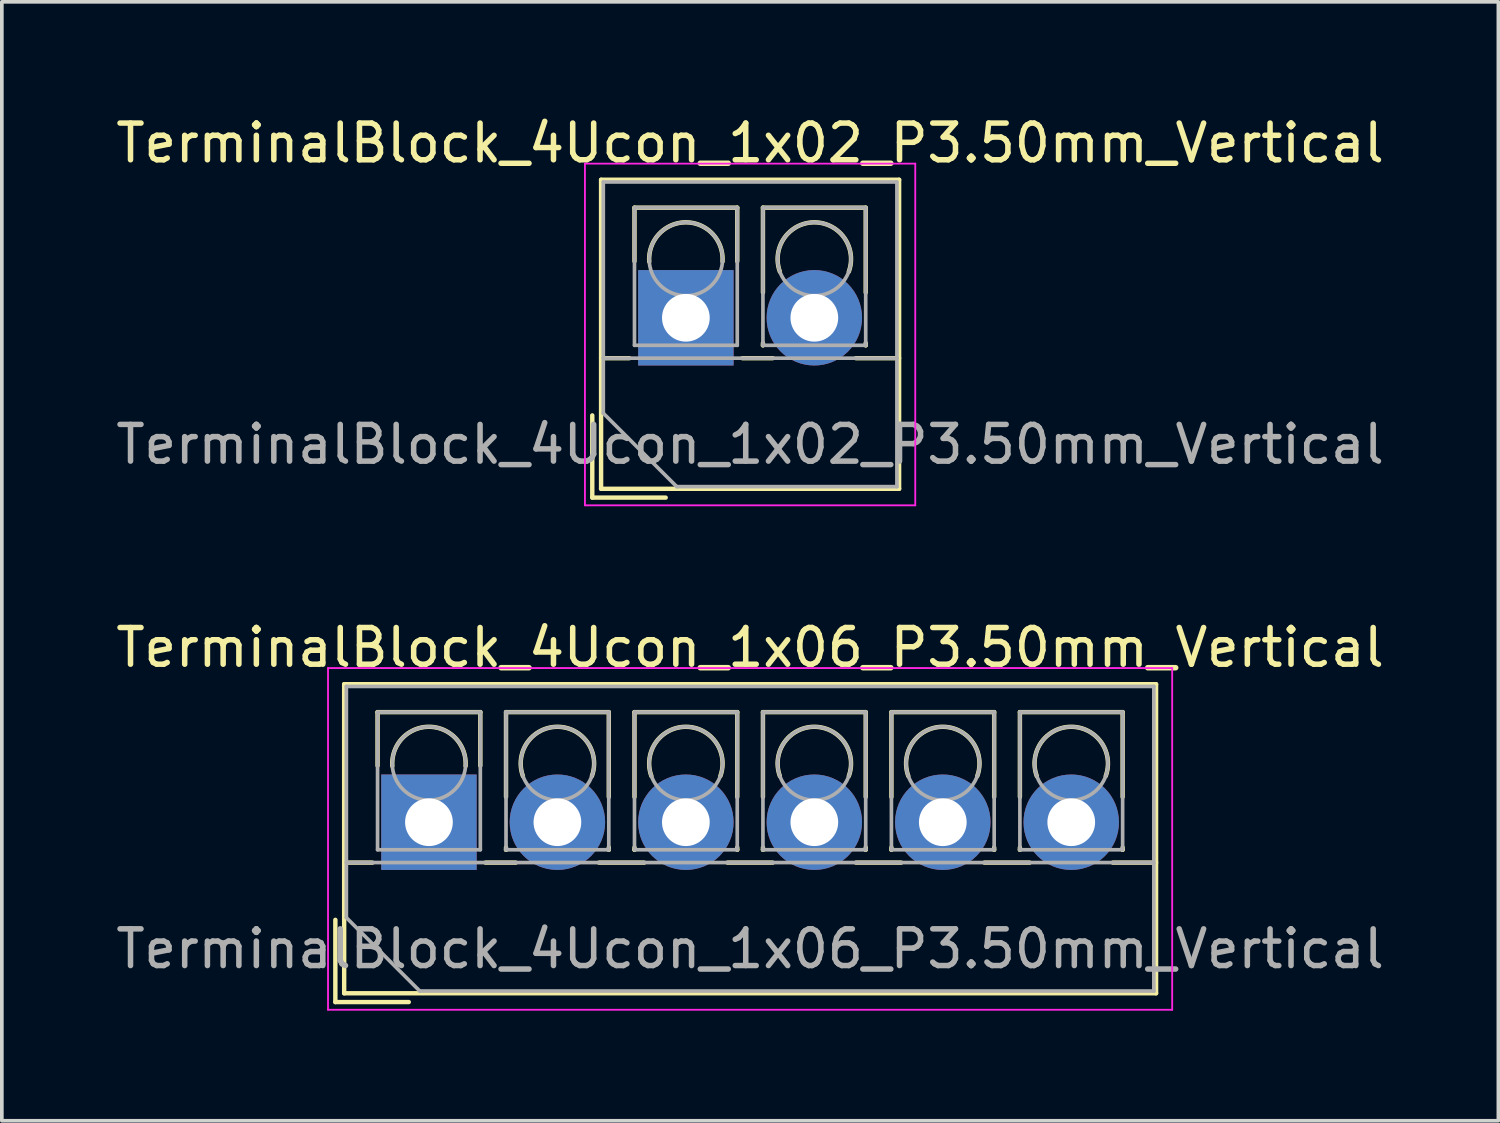
<source format=kicad_pcb>
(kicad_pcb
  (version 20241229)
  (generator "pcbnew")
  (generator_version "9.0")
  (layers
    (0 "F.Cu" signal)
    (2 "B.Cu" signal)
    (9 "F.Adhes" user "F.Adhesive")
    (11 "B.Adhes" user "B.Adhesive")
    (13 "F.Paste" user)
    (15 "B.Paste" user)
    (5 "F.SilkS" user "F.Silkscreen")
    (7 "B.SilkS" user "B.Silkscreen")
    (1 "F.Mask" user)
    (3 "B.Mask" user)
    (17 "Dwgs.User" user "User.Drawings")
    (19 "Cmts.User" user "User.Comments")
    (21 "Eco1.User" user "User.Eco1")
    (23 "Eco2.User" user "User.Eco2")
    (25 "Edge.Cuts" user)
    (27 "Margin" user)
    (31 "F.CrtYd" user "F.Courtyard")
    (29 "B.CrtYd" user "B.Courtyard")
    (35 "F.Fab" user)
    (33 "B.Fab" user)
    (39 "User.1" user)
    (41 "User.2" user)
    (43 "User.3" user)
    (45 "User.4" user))
  (footprint "TerminalBlock_4Ucon_1x06_P3.50mm_Vertical"
    (layer "F.Cu")
    (at 8.637 19.352)
    (property "Reference" "TerminalBlock_4Ucon_1x06_P3.50mm_Vertical" (at 8.75 -4.76 0) (layer "F.SilkS") (effects (font (size 1 1) (thickness 0.15))))
    (attr through_hole)
    (fp_line (start -2.55 2.66) (end -2.55 4.9) (stroke (width 0.12) (type solid)) (layer "F.SilkS"))
    (fp_line (start -2.55 4.9) (end -0.55 4.9) (stroke (width 0.12) (type solid)) (layer "F.SilkS"))
    (fp_line (start -2.31 -3.76) (end -2.31 4.66) (stroke (width 0.12) (type solid)) (layer "F.SilkS"))
    (fp_line (start -2.31 -3.76) (end 19.811 -3.76) (stroke (width 0.12) (type solid)) (layer "F.SilkS"))
    (fp_line (start -2.31 1.101) (end -1.54 1.101) (stroke (width 0.12) (type solid)) (layer "F.SilkS"))
    (fp_line (start -2.31 4.66) (end 19.811 4.66) (stroke (width 0.12) (type solid)) (layer "F.SilkS"))
    (fp_line (start -1.4 -3) (end -1.4 -1.54) (stroke (width 0.12) (type solid)) (layer "F.SilkS"))
    (fp_line (start -1.4 -3) (end 1.4 -3) (stroke (width 0.12) (type solid)) (layer "F.SilkS"))
    (fp_line (start 1.4 -3) (end 1.4 -1.54) (stroke (width 0.12) (type solid)) (layer "F.SilkS"))
    (fp_line (start 1.54 1.101) (end 2.367 1.101) (stroke (width 0.12) (type solid)) (layer "F.SilkS"))
    (fp_line (start 2.1 -3) (end 2.1 -0.689) (stroke (width 0.12) (type solid)) (layer "F.SilkS"))
    (fp_line (start 2.1 -3) (end 4.9 -3) (stroke (width 0.12) (type solid)) (layer "F.SilkS"))
    (fp_line (start 2.1 0.689) (end 2.1 0.75) (stroke (width 0.12) (type solid)) (layer "F.SilkS"))
    (fp_line (start 2.1 0.75) (end 2.101 0.75) (stroke (width 0.12) (type solid)) (layer "F.SilkS"))
    (fp_line (start 4.634 1.101) (end 5.867 1.101) (stroke (width 0.12) (type solid)) (layer "F.SilkS"))
    (fp_line (start 4.9 -3) (end 4.9 -0.689) (stroke (width 0.12) (type solid)) (layer "F.SilkS"))
    (fp_line (start 4.9 0.689) (end 4.9 0.75) (stroke (width 0.12) (type solid)) (layer "F.SilkS"))
    (fp_line (start 4.9 0.75) (end 4.9 0.75) (stroke (width 0.12) (type solid)) (layer "F.SilkS"))
    (fp_line (start 5.6 -3) (end 5.6 -0.689) (stroke (width 0.12) (type solid)) (layer "F.SilkS"))
    (fp_line (start 5.6 -3) (end 8.4 -3) (stroke (width 0.12) (type solid)) (layer "F.SilkS"))
    (fp_line (start 5.6 0.689) (end 5.6 0.75) (stroke (width 0.12) (type solid)) (layer "F.SilkS"))
    (fp_line (start 5.6 0.75) (end 5.601 0.75) (stroke (width 0.12) (type solid)) (layer "F.SilkS"))
    (fp_line (start 8.134 1.101) (end 9.367 1.101) (stroke (width 0.12) (type solid)) (layer "F.SilkS"))
    (fp_line (start 8.4 -3) (end 8.4 -0.689) (stroke (width 0.12) (type solid)) (layer "F.SilkS"))
    (fp_line (start 8.4 0.689) (end 8.4 0.75) (stroke (width 0.12) (type solid)) (layer "F.SilkS"))
    (fp_line (start 8.4 0.75) (end 8.4 0.75) (stroke (width 0.12) (type solid)) (layer "F.SilkS"))
    (fp_line (start 9.1 -3) (end 9.1 -0.689) (stroke (width 0.12) (type solid)) (layer "F.SilkS"))
    (fp_line (start 9.1 -3) (end 11.9 -3) (stroke (width 0.12) (type solid)) (layer "F.SilkS"))
    (fp_line (start 9.1 0.689) (end 9.1 0.75) (stroke (width 0.12) (type solid)) (layer "F.SilkS"))
    (fp_line (start 9.1 0.75) (end 9.101 0.75) (stroke (width 0.12) (type solid)) (layer "F.SilkS"))
    (fp_line (start 11.634 1.101) (end 12.867 1.101) (stroke (width 0.12) (type solid)) (layer "F.SilkS"))
    (fp_line (start 11.9 -3) (end 11.9 -0.689) (stroke (width 0.12) (type solid)) (layer "F.SilkS"))
    (fp_line (start 11.9 0.689) (end 11.9 0.75) (stroke (width 0.12) (type solid)) (layer "F.SilkS"))
    (fp_line (start 11.9 0.75) (end 11.9 0.75) (stroke (width 0.12) (type solid)) (layer "F.SilkS"))
    (fp_line (start 12.6 -3) (end 12.6 -0.689) (stroke (width 0.12) (type solid)) (layer "F.SilkS"))
    (fp_line (start 12.6 -3) (end 15.4 -3) (stroke (width 0.12) (type solid)) (layer "F.SilkS"))
    (fp_line (start 12.6 0.689) (end 12.6 0.75) (stroke (width 0.12) (type solid)) (layer "F.SilkS"))
    (fp_line (start 12.6 0.75) (end 12.601 0.75) (stroke (width 0.12) (type solid)) (layer "F.SilkS"))
    (fp_line (start 15.134 1.101) (end 16.367 1.101) (stroke (width 0.12) (type solid)) (layer "F.SilkS"))
    (fp_line (start 15.4 -3) (end 15.4 -0.689) (stroke (width 0.12) (type solid)) (layer "F.SilkS"))
    (fp_line (start 15.4 0.689) (end 15.4 0.75) (stroke (width 0.12) (type solid)) (layer "F.SilkS"))
    (fp_line (start 15.4 0.75) (end 15.4 0.75) (stroke (width 0.12) (type solid)) (layer "F.SilkS"))
    (fp_line (start 16.101 -3) (end 16.101 -0.689) (stroke (width 0.12) (type solid)) (layer "F.SilkS"))
    (fp_line (start 16.101 -3) (end 18.9 -3) (stroke (width 0.12) (type solid)) (layer "F.SilkS"))
    (fp_line (start 16.101 0.689) (end 16.101 0.75) (stroke (width 0.12) (type solid)) (layer "F.SilkS"))
    (fp_line (start 16.101 0.75) (end 16.101 0.75) (stroke (width 0.12) (type solid)) (layer "F.SilkS"))
    (fp_line (start 18.634 1.101) (end 19.811 1.101) (stroke (width 0.12) (type solid)) (layer "F.SilkS"))
    (fp_line (start 18.9 -3) (end 18.9 -0.689) (stroke (width 0.12) (type solid)) (layer "F.SilkS"))
    (fp_line (start 18.9 0.689) (end 18.9 0.75) (stroke (width 0.12) (type solid)) (layer "F.SilkS"))
    (fp_line (start 18.9 0.75) (end 18.9 0.75) (stroke (width 0.12) (type solid)) (layer "F.SilkS"))
    (fp_line (start 19.811 -3.76) (end 19.811 4.66) (stroke (width 0.12) (type solid)) (layer "F.SilkS"))
    (fp_arc (start -0.99789 -1.529434) (mid -0.000785 -2.600382) (end 0.998 -1.531) (stroke (width 0.12) (type solid)) (layer "F.SilkS"))
    (fp_arc (start 2.560085 -1.257767) (mid 3.499876 -2.600282) (end 4.44 -1.258) (stroke (width 0.12) (type solid)) (layer "F.SilkS"))
    (fp_arc (start 6.060085 -1.257767) (mid 6.999876 -2.600282) (end 7.94 -1.258) (stroke (width 0.12) (type solid)) (layer "F.SilkS"))
    (fp_arc (start 9.560085 -1.257767) (mid 10.499876 -2.600282) (end 11.44 -1.258) (stroke (width 0.12) (type solid)) (layer "F.SilkS"))
    (fp_arc (start 13.060085 -1.257767) (mid 13.999876 -2.600282) (end 14.94 -1.258) (stroke (width 0.12) (type solid)) (layer "F.SilkS"))
    (fp_arc (start 16.560085 -1.257767) (mid 17.499876 -2.600282) (end 18.44 -1.258) (stroke (width 0.12) (type solid)) (layer "F.SilkS"))
    (fp_line (start -2.75 -4.2) (end -2.75 5.11) (stroke (width 0.05) (type solid)) (layer "F.CrtYd"))
    (fp_line (start -2.75 5.11) (end 20.25 5.11) (stroke (width 0.05) (type solid)) (layer "F.CrtYd"))
    (fp_line (start 20.25 -4.2) (end -2.75 -4.2) (stroke (width 0.05) (type solid)) (layer "F.CrtYd"))
    (fp_line (start 20.25 5.11) (end 20.25 -4.2) (stroke (width 0.05) (type solid)) (layer "F.CrtYd"))
    (fp_line (start -2.25 -3.7) (end 19.75 -3.7) (stroke (width 0.1) (type solid)) (layer "F.Fab"))
    (fp_line (start -2.25 1.1) (end 19.75 1.1) (stroke (width 0.1) (type solid)) (layer "F.Fab"))
    (fp_line (start -2.25 2.6) (end -2.25 -3.7) (stroke (width 0.1) (type solid)) (layer "F.Fab"))
    (fp_line (start -1.4 -3) (end -1.4 0.75) (stroke (width 0.1) (type solid)) (layer "F.Fab"))
    (fp_line (start -1.4 0.75) (end 1.4 0.75) (stroke (width 0.1) (type solid)) (layer "F.Fab"))
    (fp_line (start -0.25 4.6) (end -2.25 2.6) (stroke (width 0.1) (type solid)) (layer "F.Fab"))
    (fp_line (start 1.4 -3) (end -1.4 -3) (stroke (width 0.1) (type solid)) (layer "F.Fab"))
    (fp_line (start 1.4 0.75) (end 1.4 -3) (stroke (width 0.1) (type solid)) (layer "F.Fab"))
    (fp_line (start 2.1 -3) (end 2.1 0.75) (stroke (width 0.1) (type solid)) (layer "F.Fab"))
    (fp_line (start 2.1 0.75) (end 4.9 0.75) (stroke (width 0.1) (type solid)) (layer "F.Fab"))
    (fp_line (start 4.9 -3) (end 2.1 -3) (stroke (width 0.1) (type solid)) (layer "F.Fab"))
    (fp_line (start 4.9 0.75) (end 4.9 -3) (stroke (width 0.1) (type solid)) (layer "F.Fab"))
    (fp_line (start 5.6 -3) (end 5.6 0.75) (stroke (width 0.1) (type solid)) (layer "F.Fab"))
    (fp_line (start 5.6 0.75) (end 8.4 0.75) (stroke (width 0.1) (type solid)) (layer "F.Fab"))
    (fp_line (start 8.4 -3) (end 5.6 -3) (stroke (width 0.1) (type solid)) (layer "F.Fab"))
    (fp_line (start 8.4 0.75) (end 8.4 -3) (stroke (width 0.1) (type solid)) (layer "F.Fab"))
    (fp_line (start 9.1 -3) (end 9.1 0.75) (stroke (width 0.1) (type solid)) (layer "F.Fab"))
    (fp_line (start 9.1 0.75) (end 11.9 0.75) (stroke (width 0.1) (type solid)) (layer "F.Fab"))
    (fp_line (start 11.9 -3) (end 9.1 -3) (stroke (width 0.1) (type solid)) (layer "F.Fab"))
    (fp_line (start 11.9 0.75) (end 11.9 -3) (stroke (width 0.1) (type solid)) (layer "F.Fab"))
    (fp_line (start 12.6 -3) (end 12.6 0.75) (stroke (width 0.1) (type solid)) (layer "F.Fab"))
    (fp_line (start 12.6 0.75) (end 15.4 0.75) (stroke (width 0.1) (type solid)) (layer "F.Fab"))
    (fp_line (start 15.4 -3) (end 12.6 -3) (stroke (width 0.1) (type solid)) (layer "F.Fab"))
    (fp_line (start 15.4 0.75) (end 15.4 -3) (stroke (width 0.1) (type solid)) (layer "F.Fab"))
    (fp_line (start 16.101 -3) (end 16.101 0.75) (stroke (width 0.1) (type solid)) (layer "F.Fab"))
    (fp_line (start 16.101 0.75) (end 18.9 0.75) (stroke (width 0.1) (type solid)) (layer "F.Fab"))
    (fp_line (start 18.9 -3) (end 16.101 -3) (stroke (width 0.1) (type solid)) (layer "F.Fab"))
    (fp_line (start 18.9 0.75) (end 18.9 -3) (stroke (width 0.1) (type solid)) (layer "F.Fab"))
    (fp_line (start 19.75 -3.7) (end 19.75 4.6) (stroke (width 0.1) (type solid)) (layer "F.Fab"))
    (fp_line (start 19.75 4.6) (end -0.25 4.6) (stroke (width 0.1) (type solid)) (layer "F.Fab"))
    (fp_circle (center 0 -1.6) (end 1 -1.6) (stroke (width 0.1) (type solid)) (fill no) (layer "F.Fab"))
    (fp_circle (center 3.5 -1.6) (end 4.5 -1.6) (stroke (width 0.1) (type solid)) (fill no) (layer "F.Fab"))
    (fp_circle (center 7 -1.6) (end 8 -1.6) (stroke (width 0.1) (type solid)) (fill no) (layer "F.Fab"))
    (fp_circle (center 10.5 -1.6) (end 11.5 -1.6) (stroke (width 0.1) (type solid)) (fill no) (layer "F.Fab"))
    (fp_circle (center 14 -1.6) (end 15 -1.6) (stroke (width 0.1) (type solid)) (fill no) (layer "F.Fab"))
    (fp_circle (center 17.5 -1.6) (end 18.5 -1.6) (stroke (width 0.1) (type solid)) (fill no) (layer "F.Fab"))
    (fp_text user "${REFERENCE}" (at 8.75 3.45 0) (layer "F.Fab") (effects (font (size 1 1) (thickness 0.15))))
    (pad "1" thru_hole rect (at 0 0) (size 2.6 2.6) (drill 1.3) (layers "*.Cu" "*.Mask"))
    (pad "2" thru_hole circle (at 3.5 0) (size 2.6 2.6) (drill 1.3) (layers "*.Cu" "*.Mask"))
    (pad "3" thru_hole circle (at 7 0) (size 2.6 2.6) (drill 1.3) (layers "*.Cu" "*.Mask"))
    (pad "4" thru_hole circle (at 10.5 0) (size 2.6 2.6) (drill 1.3) (layers "*.Cu" "*.Mask"))
    (pad "5" thru_hole circle (at 14 0) (size 2.6 2.6) (drill 1.3) (layers "*.Cu" "*.Mask"))
    (pad "6" thru_hole circle (at 17.5 0) (size 2.6 2.6) (drill 1.3) (layers "*.Cu" "*.Mask")))
  (footprint "TerminalBlock_4Ucon_1x02_P3.50mm_Vertical"
    (layer "F.Cu")
    (at 15.637 5.608)
    (property "Reference" "TerminalBlock_4Ucon_1x02_P3.50mm_Vertical" (at 1.75 -4.76 0) (layer "F.SilkS") (effects (font (size 1 1) (thickness 0.15))))
    (attr through_hole)
    (fp_line (start -2.55 2.66) (end -2.55 4.9) (stroke (width 0.12) (type solid)) (layer "F.SilkS"))
    (fp_line (start -2.55 4.9) (end -0.55 4.9) (stroke (width 0.12) (type solid)) (layer "F.SilkS"))
    (fp_line (start -2.31 -3.76) (end -2.31 4.66) (stroke (width 0.12) (type solid)) (layer "F.SilkS"))
    (fp_line (start -2.31 -3.76) (end 5.81 -3.76) (stroke (width 0.12) (type solid)) (layer "F.SilkS"))
    (fp_line (start -2.31 1.101) (end -1.54 1.101) (stroke (width 0.12) (type solid)) (layer "F.SilkS"))
    (fp_line (start -2.31 4.66) (end 5.81 4.66) (stroke (width 0.12) (type solid)) (layer "F.SilkS"))
    (fp_line (start -1.4 -3) (end -1.4 -1.54) (stroke (width 0.12) (type solid)) (layer "F.SilkS"))
    (fp_line (start -1.4 -3) (end 1.4 -3) (stroke (width 0.12) (type solid)) (layer "F.SilkS"))
    (fp_line (start 1.4 -3) (end 1.4 -1.54) (stroke (width 0.12) (type solid)) (layer "F.SilkS"))
    (fp_line (start 1.54 1.101) (end 2.367 1.101) (stroke (width 0.12) (type solid)) (layer "F.SilkS"))
    (fp_line (start 2.1 -3) (end 2.1 -0.689) (stroke (width 0.12) (type solid)) (layer "F.SilkS"))
    (fp_line (start 2.1 -3) (end 4.9 -3) (stroke (width 0.12) (type solid)) (layer "F.SilkS"))
    (fp_line (start 2.1 0.689) (end 2.1 0.75) (stroke (width 0.12) (type solid)) (layer "F.SilkS"))
    (fp_line (start 2.1 0.75) (end 2.101 0.75) (stroke (width 0.12) (type solid)) (layer "F.SilkS"))
    (fp_line (start 4.634 1.101) (end 5.81 1.101) (stroke (width 0.12) (type solid)) (layer "F.SilkS"))
    (fp_line (start 4.9 -3) (end 4.9 -0.689) (stroke (width 0.12) (type solid)) (layer "F.SilkS"))
    (fp_line (start 4.9 0.689) (end 4.9 0.75) (stroke (width 0.12) (type solid)) (layer "F.SilkS"))
    (fp_line (start 4.9 0.75) (end 4.9 0.75) (stroke (width 0.12) (type solid)) (layer "F.SilkS"))
    (fp_line (start 5.81 -3.76) (end 5.81 4.66) (stroke (width 0.12) (type solid)) (layer "F.SilkS"))
    (fp_arc (start -0.99789 -1.529434) (mid -0.000785 -2.600382) (end 0.998 -1.531) (stroke (width 0.12) (type solid)) (layer "F.SilkS"))
    (fp_arc (start 2.560085 -1.257767) (mid 3.499876 -2.600282) (end 4.44 -1.258) (stroke (width 0.12) (type solid)) (layer "F.SilkS"))
    (fp_line (start -2.75 -4.2) (end -2.75 5.11) (stroke (width 0.05) (type solid)) (layer "F.CrtYd"))
    (fp_line (start -2.75 5.11) (end 6.25 5.11) (stroke (width 0.05) (type solid)) (layer "F.CrtYd"))
    (fp_line (start 6.25 -4.2) (end -2.75 -4.2) (stroke (width 0.05) (type solid)) (layer "F.CrtYd"))
    (fp_line (start 6.25 5.11) (end 6.25 -4.2) (stroke (width 0.05) (type solid)) (layer "F.CrtYd"))
    (fp_line (start -2.25 -3.7) (end 5.75 -3.7) (stroke (width 0.1) (type solid)) (layer "F.Fab"))
    (fp_line (start -2.25 1.1) (end 5.75 1.1) (stroke (width 0.1) (type solid)) (layer "F.Fab"))
    (fp_line (start -2.25 2.6) (end -2.25 -3.7) (stroke (width 0.1) (type solid)) (layer "F.Fab"))
    (fp_line (start -1.4 -3) (end -1.4 0.75) (stroke (width 0.1) (type solid)) (layer "F.Fab"))
    (fp_line (start -1.4 0.75) (end 1.4 0.75) (stroke (width 0.1) (type solid)) (layer "F.Fab"))
    (fp_line (start -0.25 4.6) (end -2.25 2.6) (stroke (width 0.1) (type solid)) (layer "F.Fab"))
    (fp_line (start 1.4 -3) (end -1.4 -3) (stroke (width 0.1) (type solid)) (layer "F.Fab"))
    (fp_line (start 1.4 0.75) (end 1.4 -3) (stroke (width 0.1) (type solid)) (layer "F.Fab"))
    (fp_line (start 2.1 -3) (end 2.1 0.75) (stroke (width 0.1) (type solid)) (layer "F.Fab"))
    (fp_line (start 2.1 0.75) (end 4.9 0.75) (stroke (width 0.1) (type solid)) (layer "F.Fab"))
    (fp_line (start 4.9 -3) (end 2.1 -3) (stroke (width 0.1) (type solid)) (layer "F.Fab"))
    (fp_line (start 4.9 0.75) (end 4.9 -3) (stroke (width 0.1) (type solid)) (layer "F.Fab"))
    (fp_line (start 5.75 -3.7) (end 5.75 4.6) (stroke (width 0.1) (type solid)) (layer "F.Fab"))
    (fp_line (start 5.75 4.6) (end -0.25 4.6) (stroke (width 0.1) (type solid)) (layer "F.Fab"))
    (fp_circle (center 0 -1.6) (end 1 -1.6) (stroke (width 0.1) (type solid)) (fill no) (layer "F.Fab"))
    (fp_circle (center 3.5 -1.6) (end 4.5 -1.6) (stroke (width 0.1) (type solid)) (fill no) (layer "F.Fab"))
    (fp_text user "${REFERENCE}" (at 1.75 3.45 0) (layer "F.Fab") (effects (font (size 1 1) (thickness 0.15))))
    (pad "1" thru_hole rect (at 0 0) (size 2.6 2.6) (drill 1.3) (layers "*.Cu" "*.Mask"))
    (pad "2" thru_hole circle (at 3.5 0) (size 2.6 2.6) (drill 1.3) (layers "*.Cu" "*.Mask")))
  (gr_rect
    (start -3 -3)
    (end 37.774 27.486)
    (stroke (width 0.1) (type default))
    (fill no)
    (layer "Edge.Cuts")))
</source>
